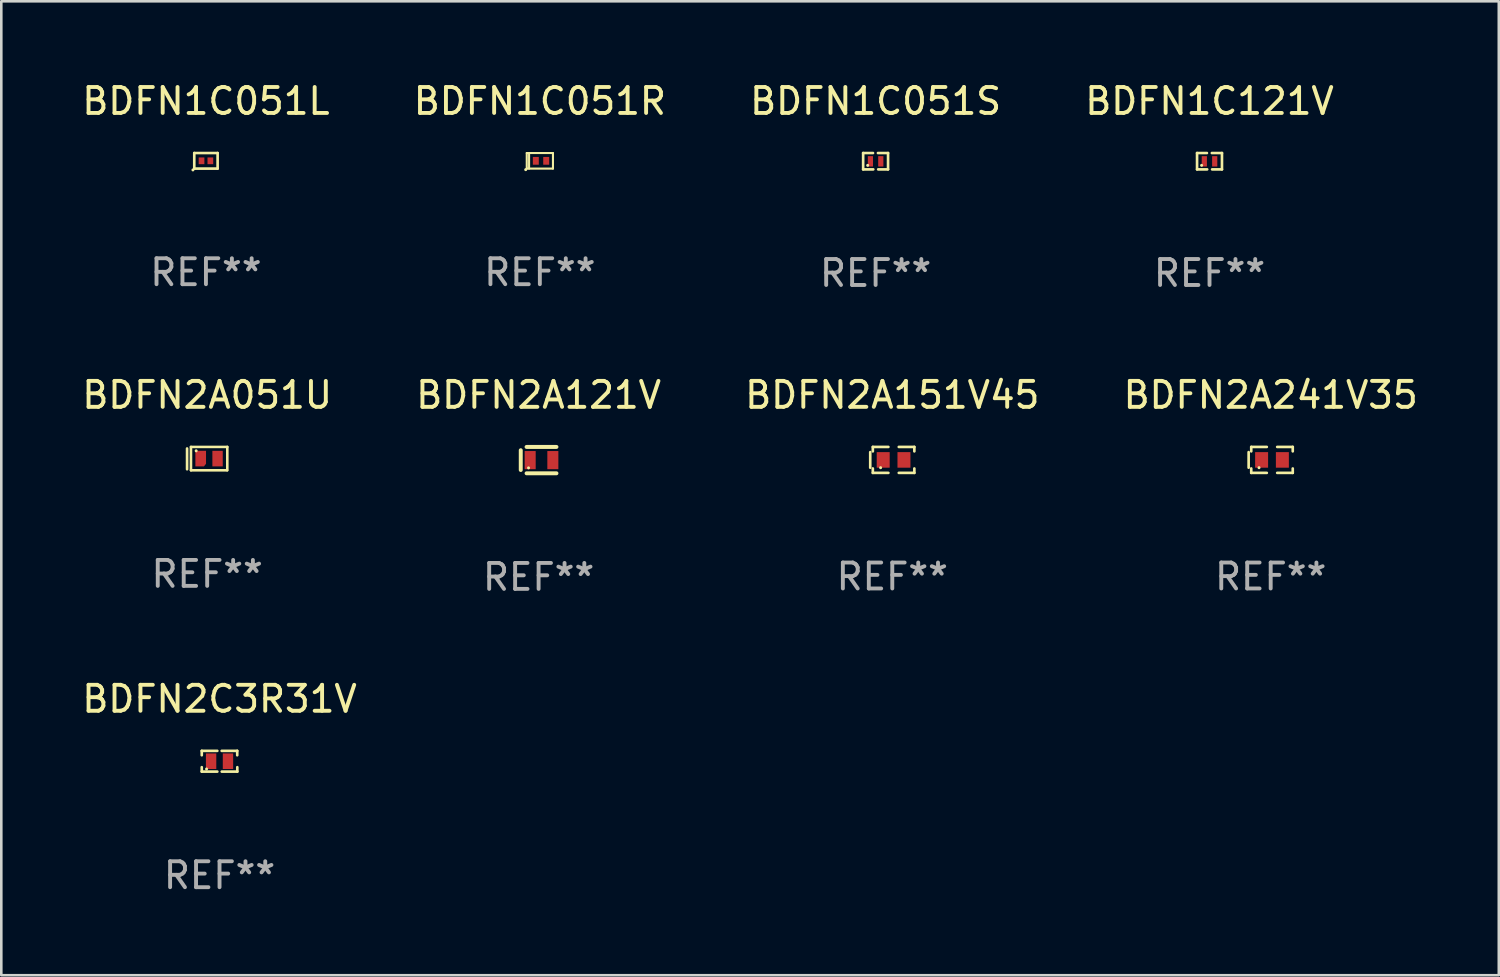
<source format=kicad_pcb>
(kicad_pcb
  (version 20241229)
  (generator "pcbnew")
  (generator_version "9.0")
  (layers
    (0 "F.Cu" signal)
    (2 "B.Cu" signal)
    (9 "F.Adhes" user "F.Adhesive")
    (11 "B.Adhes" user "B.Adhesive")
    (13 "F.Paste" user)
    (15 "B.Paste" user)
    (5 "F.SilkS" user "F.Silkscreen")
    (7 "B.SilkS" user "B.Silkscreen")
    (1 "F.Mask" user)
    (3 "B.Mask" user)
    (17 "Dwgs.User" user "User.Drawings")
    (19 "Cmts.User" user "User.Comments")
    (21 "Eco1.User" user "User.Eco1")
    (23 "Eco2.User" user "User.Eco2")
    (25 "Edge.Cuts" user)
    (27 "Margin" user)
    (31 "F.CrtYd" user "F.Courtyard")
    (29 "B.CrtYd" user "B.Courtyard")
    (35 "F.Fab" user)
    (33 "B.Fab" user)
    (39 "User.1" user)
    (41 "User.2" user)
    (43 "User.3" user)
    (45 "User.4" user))
  (footprint "BDFN1C051L"
    (layer "F.Cu")
    (at 4.887 3.148)
    (property "Reference" "BDFN1C051L" (at 0 -2.3 0) (layer "F.SilkS") (effects (font (size 1 1) (thickness 0.15))))
    (attr through_hole)
    (fp_line (start -0.45 -0.3) (end 0.45 -0.3) (stroke (width 0.102) (type solid)) (layer "F.SilkS"))
    (fp_line (start -0.45 0.3) (end -0.45 -0.3) (stroke (width 0.102) (type solid)) (layer "F.SilkS"))
    (fp_line (start 0.45 -0.3) (end 0.45 0.3) (stroke (width 0.102) (type solid)) (layer "F.SilkS"))
    (fp_line (start 0.45 0.3) (end -0.45 0.3) (stroke (width 0.102) (type solid)) (layer "F.SilkS"))
    (fp_circle (center -0.501 0.351) (end -0.471 0.351) (stroke (width 0.06) (type solid)) (fill no) (layer "F.SilkS"))
    (fp_text user "REF**" (at 0 4.3 0) (layer "F.Fab") (effects (font (size 1 1) (thickness 0.15))))
    (pad "1" smd rect (at -0.17 0 90) (size 0.26 0.22) (layers "F.Cu" "F.Mask" "F.Paste"))
    (pad "2" smd rect (at 0.17 0 90) (size 0.26 0.22) (layers "F.Cu" "F.Mask" "F.Paste")))
  (footprint "BDFN1C121V"
    (layer "F.Cu")
    (at 43.565 3.163)
    (property "Reference" "BDFN1C121V" (at 0 -2.315 0) (layer "F.SilkS") (effects (font (size 1 1) (thickness 0.15))))
    (attr through_hole)
    (fp_line (start -0.48 -0.315) (end -0.48 0.315) (stroke (width 0.102) (type solid)) (layer "F.SilkS"))
    (fp_line (start -0.48 0.315) (end -0.09 0.315) (stroke (width 0.102) (type solid)) (layer "F.SilkS"))
    (fp_line (start -0.48 -0.315) (end -0.1 -0.315) (stroke (width 0.102) (type solid)) (layer "F.SilkS"))
    (fp_line (start 0.48 0.315) (end 0.1 0.315) (stroke (width 0.102) (type solid)) (layer "F.SilkS"))
    (fp_line (start 0.48 -0.315) (end 0.09 -0.315) (stroke (width 0.102) (type solid)) (layer "F.SilkS"))
    (fp_line (start 0.48 0.315) (end 0.48 -0.315) (stroke (width 0.102) (type solid)) (layer "F.SilkS"))
    (fp_circle (center -0.305 0.16) (end -0.275 0.16) (stroke (width 0.06) (type solid)) (fill no) (layer "F.SilkS"))
    (fp_text user "REF**" (at 0 4.315 0) (layer "F.Fab") (effects (font (size 1 1) (thickness 0.15))))
    (pad "1" smd rect (at -0.2 0.005) (size 0.2 0.4) (layers "F.Cu" "F.Mask" "F.Paste"))
    (pad "2" smd rect (at 0.2 0.005) (size 0.2 0.4) (layers "F.Cu" "F.Mask" "F.Paste")))
  (footprint "BDFN2A241V35"
    (layer "F.Cu")
    (at 45.923 14.675)
    (property "Reference" "BDFN2A241V35" (at 0 -2.5 0) (layer "F.SilkS") (effects (font (size 1 1) (thickness 0.15))))
    (attr through_hole)
    (fp_line (start -0.85 -0.3) (end -0.85 0.3) (stroke (width 0.102) (type solid)) (layer "F.SilkS"))
    (fp_line (start -0.75 -0.5) (end -0.75 -0.329) (stroke (width 0.102) (type solid)) (layer "F.SilkS"))
    (fp_line (start -0.75 0.329) (end -0.75 0.5) (stroke (width 0.102) (type solid)) (layer "F.SilkS"))
    (fp_line (start -0.75 0.5) (end -0.15 0.5) (stroke (width 0.102) (type solid)) (layer "F.SilkS"))
    (fp_line (start -0.15 -0.5) (end -0.75 -0.5) (stroke (width 0.102) (type solid)) (layer "F.SilkS"))
    (fp_line (start 0.25 -0.5) (end 0.85 -0.5) (stroke (width 0.102) (type solid)) (layer "F.SilkS"))
    (fp_line (start 0.85 -0.5) (end 0.85 -0.33) (stroke (width 0.102) (type solid)) (layer "F.SilkS"))
    (fp_line (start 0.85 0.33) (end 0.85 0.5) (stroke (width 0.102) (type solid)) (layer "F.SilkS"))
    (fp_line (start 0.85 0.5) (end 0.25 0.5) (stroke (width 0.102) (type solid)) (layer "F.SilkS"))
    (fp_circle (center -0.45 0.3) (end -0.42 0.3) (stroke (width 0.06) (type solid)) (fill no) (layer "F.SilkS"))
    (fp_text user "REF**" (at 0 4.5 0) (layer "F.Fab") (effects (font (size 1 1) (thickness 0.15))))
    (pad "1" smd rect (at -0.35 0) (size 0.5 0.6) (layers "F.Cu" "F.Mask" "F.Paste"))
    (pad "2" smd rect (at 0.45 0) (size 0.5 0.6) (layers "F.Cu" "F.Mask" "F.Paste")))
  (footprint "BDFN1C051S"
    (layer "F.Cu")
    (at 30.696 3.163)
    (property "Reference" "BDFN1C051S" (at 0 -2.315 0) (layer "F.SilkS") (effects (font (size 1 1) (thickness 0.15))))
    (attr through_hole)
    (fp_line (start -0.48 -0.315) (end -0.48 0.315) (stroke (width 0.102) (type solid)) (layer "F.SilkS"))
    (fp_line (start -0.48 0.315) (end -0.09 0.315) (stroke (width 0.102) (type solid)) (layer "F.SilkS"))
    (fp_line (start -0.48 -0.315) (end -0.1 -0.315) (stroke (width 0.102) (type solid)) (layer "F.SilkS"))
    (fp_line (start 0.48 0.315) (end 0.1 0.315) (stroke (width 0.102) (type solid)) (layer "F.SilkS"))
    (fp_line (start 0.48 -0.315) (end 0.09 -0.315) (stroke (width 0.102) (type solid)) (layer "F.SilkS"))
    (fp_line (start 0.48 0.315) (end 0.48 -0.315) (stroke (width 0.102) (type solid)) (layer "F.SilkS"))
    (fp_circle (center -0.305 0.16) (end -0.275 0.16) (stroke (width 0.06) (type solid)) (fill no) (layer "F.SilkS"))
    (fp_text user "REF**" (at 0 4.315 0) (layer "F.Fab") (effects (font (size 1 1) (thickness 0.15))))
    (pad "1" smd rect (at -0.2 0.005) (size 0.2 0.4) (layers "F.Cu" "F.Mask" "F.Paste"))
    (pad "2" smd rect (at 0.2 0.005) (size 0.2 0.4) (layers "F.Cu" "F.Mask" "F.Paste")))
  (footprint "BDFN2C3R31V"
    (layer "F.Cu")
    (at 5.411 26.288)
    (property "Reference" "BDFN2C3R31V" (at 0 -2.4 0) (layer "F.SilkS") (effects (font (size 1 1) (thickness 0.15))))
    (attr through_hole)
    (fp_line (start -0.685 -0.4) (end -0.685 -0.23) (stroke (width 0.102) (type solid)) (layer "F.SilkS"))
    (fp_line (start -0.685 0.4) (end -0.685 0.23) (stroke (width 0.102) (type solid)) (layer "F.SilkS"))
    (fp_line (start -0.085 -0.4) (end -0.685 -0.4) (stroke (width 0.102) (type solid)) (layer "F.SilkS"))
    (fp_line (start -0.085 0.4) (end -0.685 0.4) (stroke (width 0.102) (type solid)) (layer "F.SilkS"))
    (fp_line (start 0.082 -0.4) (end 0.682 -0.4) (stroke (width 0.102) (type solid)) (layer "F.SilkS"))
    (fp_line (start 0.085 0.4) (end 0.685 0.4) (stroke (width 0.102) (type solid)) (layer "F.SilkS"))
    (fp_line (start 0.682 -0.4) (end 0.682 -0.23) (stroke (width 0.102) (type solid)) (layer "F.SilkS"))
    (fp_line (start 0.685 0.4) (end 0.685 0.23) (stroke (width 0.102) (type solid)) (layer "F.SilkS"))
    (fp_circle (center -0.5 0.3) (end -0.47 0.3) (stroke (width 0.06) (type solid)) (fill no) (layer "F.SilkS"))
    (fp_text user "REF**" (at 0 4.4 0) (layer "F.Fab") (effects (font (size 1 1) (thickness 0.15))))
    (pad "1" smd rect (at -0.325 0) (size 0.4 0.6) (layers "F.Cu" "F.Mask" "F.Paste"))
    (pad "2" smd rect (at 0.325 0) (size 0.4 0.6) (layers "F.Cu" "F.Mask" "F.Paste")))
  (footprint "BDFN1C051R"
    (layer "F.Cu")
    (at 17.756 3.148)
    (property "Reference" "BDFN1C051R" (at 0 -2.3 0) (layer "F.SilkS") (effects (font (size 1 1) (thickness 0.15))))
    (attr through_hole)
    (fp_line (start -0.505 -0.3) (end -0.505 0.3) (stroke (width 0.08) (type solid)) (layer "F.SilkS"))
    (fp_line (start -0.505 -0.3) (end 0.505 -0.3) (stroke (width 0.08) (type solid)) (layer "F.SilkS"))
    (fp_line (start -0.505 0.3) (end 0.505 0.3) (stroke (width 0.08) (type solid)) (layer "F.SilkS"))
    (fp_line (start -0.415 -0.3) (end -0.415 0.3) (stroke (width 0.08) (type solid)) (layer "F.SilkS"))
    (fp_line (start 0.505 -0.3) (end 0.505 0.3) (stroke (width 0.08) (type solid)) (layer "F.SilkS"))
    (fp_circle (center -0.545 0.34) (end -0.515 0.34) (stroke (width 0.06) (type solid)) (fill no) (layer "F.SilkS"))
    (fp_text user "REF**" (at 0 4.3 0) (layer "F.Fab") (effects (font (size 1 1) (thickness 0.15))))
    (pad "1" smd rect (at -0.155 0 180) (size 0.23 0.3) (layers "F.Cu" "F.Mask" "F.Paste"))
    (pad "2" smd rect (at 0.245 0 180) (size 0.23 0.3) (layers "F.Cu" "F.Mask" "F.Paste")))
  (footprint "BDFN2A121V"
    (layer "F.Cu")
    (at 17.708 14.683)
    (property "Reference" "BDFN2A121V" (at 0 -2.508 0) (layer "F.SilkS") (effects (font (size 1 1) (thickness 0.15))))
    (attr through_hole)
    (fp_line (start -0.688 -0.381) (end -0.688 0.381) (stroke (width 0.152) (type solid)) (layer "F.SilkS"))
    (fp_line (start -0.464 -0.508) (end 0.688 -0.508) (stroke (width 0.152) (type solid)) (layer "F.SilkS"))
    (fp_line (start -0.464 0.508) (end 0.688 0.508) (stroke (width 0.152) (type solid)) (layer "F.SilkS"))
    (fp_circle (center -0.388 0.3) (end -0.358 0.3) (stroke (width 0.06) (type solid)) (fill no) (layer "F.SilkS"))
    (fp_text user "REF**" (at 0 4.508 0) (layer "F.Fab") (effects (font (size 1 1) (thickness 0.15))))
    (pad "1" smd rect (at -0.325 0) (size 0.425 0.7) (layers "F.Cu" "F.Mask" "F.Paste"))
    (pad "2" smd rect (at 0.549 0) (size 0.425 0.7) (layers "F.Cu" "F.Mask" "F.Paste")))
  (footprint "BDFN2A151V45"
    (layer "F.Cu")
    (at 31.339 14.675)
    (property "Reference" "BDFN2A151V45" (at 0 -2.5 0) (layer "F.SilkS") (effects (font (size 1 1) (thickness 0.15))))
    (attr through_hole)
    (fp_line (start -0.85 -0.3) (end -0.85 0.3) (stroke (width 0.102) (type solid)) (layer "F.SilkS"))
    (fp_line (start -0.75 -0.5) (end -0.75 -0.329) (stroke (width 0.102) (type solid)) (layer "F.SilkS"))
    (fp_line (start -0.75 0.329) (end -0.75 0.5) (stroke (width 0.102) (type solid)) (layer "F.SilkS"))
    (fp_line (start -0.75 0.5) (end -0.15 0.5) (stroke (width 0.102) (type solid)) (layer "F.SilkS"))
    (fp_line (start -0.15 -0.5) (end -0.75 -0.5) (stroke (width 0.102) (type solid)) (layer "F.SilkS"))
    (fp_line (start 0.25 -0.5) (end 0.85 -0.5) (stroke (width 0.102) (type solid)) (layer "F.SilkS"))
    (fp_line (start 0.85 -0.5) (end 0.85 -0.33) (stroke (width 0.102) (type solid)) (layer "F.SilkS"))
    (fp_line (start 0.85 0.33) (end 0.85 0.5) (stroke (width 0.102) (type solid)) (layer "F.SilkS"))
    (fp_line (start 0.85 0.5) (end 0.25 0.5) (stroke (width 0.102) (type solid)) (layer "F.SilkS"))
    (fp_circle (center -0.45 0.3) (end -0.42 0.3) (stroke (width 0.06) (type solid)) (fill no) (layer "F.SilkS"))
    (fp_text user "REF**" (at 0 4.5 0) (layer "F.Fab") (effects (font (size 1 1) (thickness 0.15))))
    (pad "1" smd rect (at -0.35 0) (size 0.5 0.6) (layers "F.Cu" "F.Mask" "F.Paste"))
    (pad "2" smd rect (at 0.45 0) (size 0.5 0.6) (layers "F.Cu" "F.Mask" "F.Paste")))
  (footprint "BDFN2A051U"
    (layer "F.Cu")
    (at 4.935 14.625)
    (property "Reference" "BDFN2A051U" (at 0 -2.45 0) (layer "F.SilkS") (effects (font (size 1 1) (thickness 0.15))))
    (attr through_hole)
    (fp_line (start -0.775 -0.39) (end -0.775 0.41) (stroke (width 0.102) (type solid)) (layer "F.SilkS"))
    (fp_line (start -0.625 -0.45) (end -0.625 0.45) (stroke (width 0.1) (type solid)) (layer "F.SilkS"))
    (fp_line (start -0.625 -0.45) (end 0.775 -0.45) (stroke (width 0.1) (type solid)) (layer "F.SilkS"))
    (fp_line (start -0.625 0.45) (end 0.765 0.45) (stroke (width 0.1) (type solid)) (layer "F.SilkS"))
    (fp_line (start 0.775 -0.45) (end 0.775 0.45) (stroke (width 0.1) (type solid)) (layer "F.SilkS"))
    (fp_circle (center -0.425 -0.3) (end -0.395 -0.3) (stroke (width 0.06) (type solid)) (fill no) (layer "F.SilkS"))
    (fp_text user "REF**" (at 0 4.45 0) (layer "F.Fab") (effects (font (size 1 1) (thickness 0.15))))
    (pad "1" smd custom (at -0.25 0) (size 0.41 0.6) (layers "F.Cu" "F.Mask" "F.Paste") (options (anchor circle)) (primitives (gr_poly (pts (xy -0.205 -0.3) (xy -0.205 0.3) (xy 0.125 0.3) (xy 0.205 0.2) (xy 0.205 -0.3) (xy -0.205 -0.3)) (width 0) (fill yes))))
    (pad "2" smd rect (at 0.4 0 90) (size 0.6 0.4) (layers "F.Cu" "F.Mask" "F.Paste")))
  (gr_rect
    (start -3 -3)
    (end 54.714 34.536)
    (stroke (width 0.1) (type default))
    (fill no)
    (layer "Edge.Cuts")))
</source>
